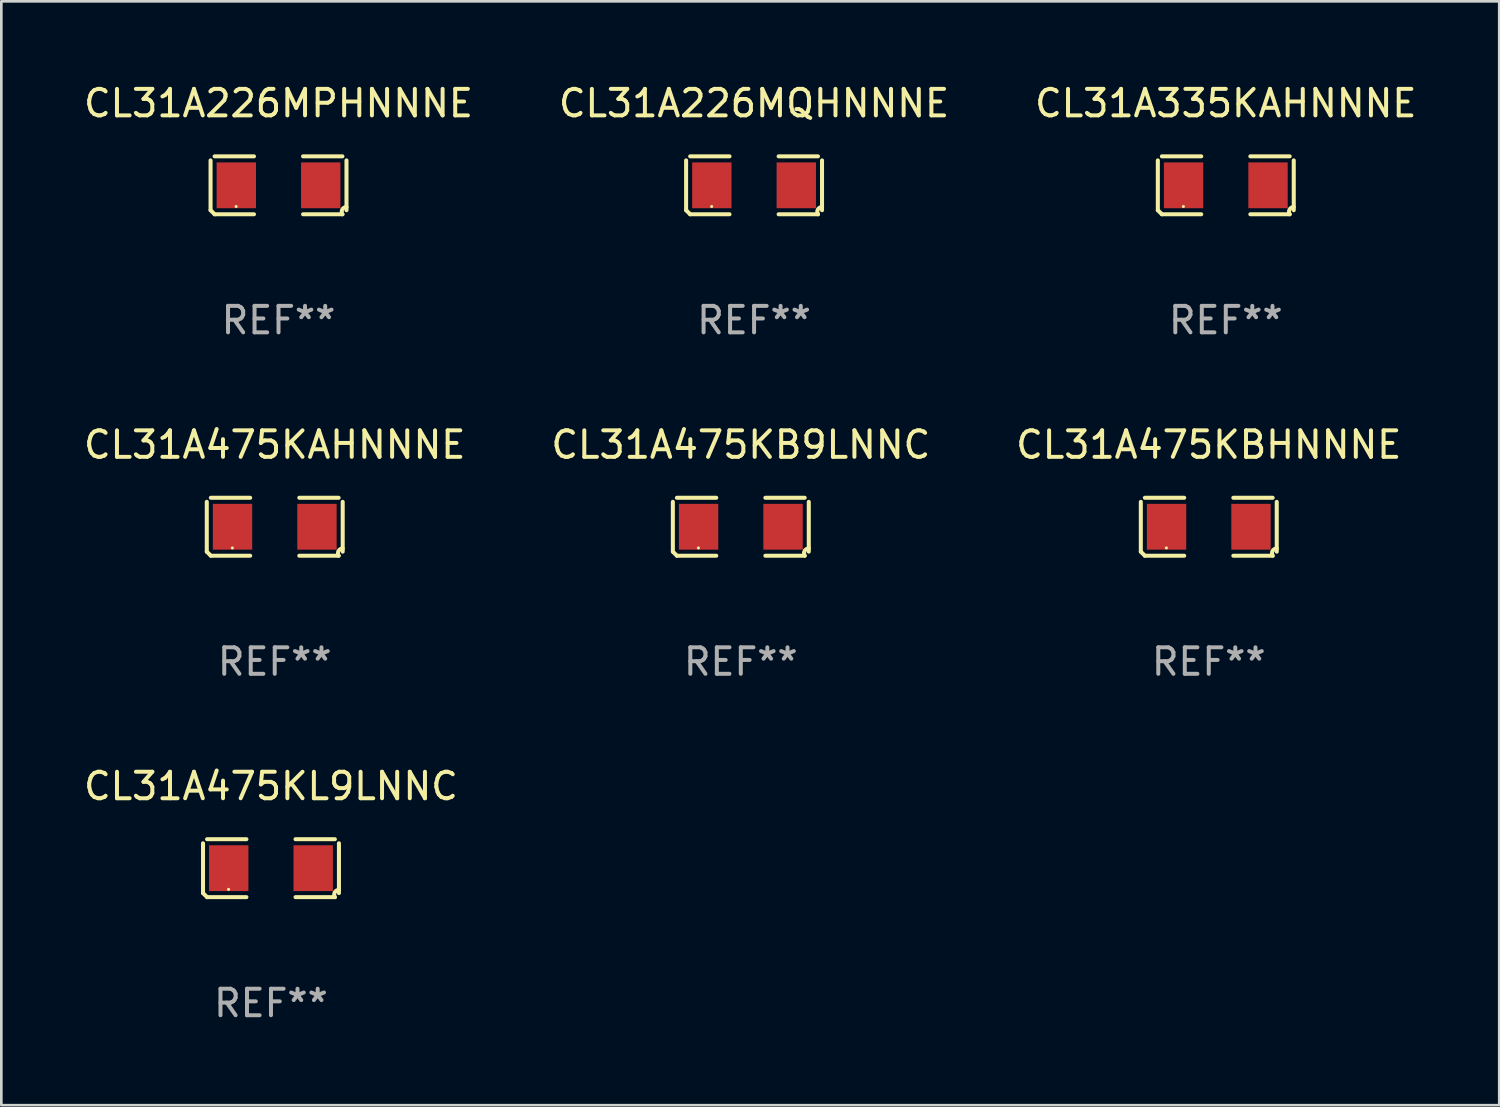
<source format=kicad_pcb>
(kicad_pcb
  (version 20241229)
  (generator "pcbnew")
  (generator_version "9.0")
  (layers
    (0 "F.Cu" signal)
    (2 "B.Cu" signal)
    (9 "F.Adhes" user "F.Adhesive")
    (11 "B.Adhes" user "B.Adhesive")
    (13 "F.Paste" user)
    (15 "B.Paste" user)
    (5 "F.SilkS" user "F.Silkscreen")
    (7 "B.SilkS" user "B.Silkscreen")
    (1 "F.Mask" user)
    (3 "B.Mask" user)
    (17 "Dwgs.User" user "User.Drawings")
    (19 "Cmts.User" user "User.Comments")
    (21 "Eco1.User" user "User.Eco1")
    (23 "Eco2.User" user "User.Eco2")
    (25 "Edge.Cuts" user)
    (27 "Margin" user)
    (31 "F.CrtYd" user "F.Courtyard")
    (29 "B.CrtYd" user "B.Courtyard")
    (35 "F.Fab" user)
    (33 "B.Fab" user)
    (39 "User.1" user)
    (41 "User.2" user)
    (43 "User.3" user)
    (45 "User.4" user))
  (footprint "CL31A475KL9LNNC"
    (layer "F.Cu")
    (at 7.173 29.704)
    (property "Reference" "CL31A475KL9LNNC" (at 0 -3.093 0) (layer "F.SilkS") (effects (font (size 1 1) (thickness 0.15))))
    (attr through_hole)
    (fp_line (start -2.564 0.94) (end -2.564 -0.94) (stroke (width 0.152) (type solid)) (layer "F.SilkS"))
    (fp_line (start -2.411 -1.093) (end -0.926 -1.093) (stroke (width 0.152) (type solid)) (layer "F.SilkS"))
    (fp_line (start -0.926 1.093) (end -2.411 1.093) (stroke (width 0.152) (type solid)) (layer "F.SilkS"))
    (fp_line (start 0.926 1.093) (end 2.411 1.093) (stroke (width 0.152) (type solid)) (layer "F.SilkS"))
    (fp_line (start 2.411 -1.093) (end 0.926 -1.093) (stroke (width 0.152) (type solid)) (layer "F.SilkS"))
    (fp_line (start 2.564 0.94) (end 2.564 -0.94) (stroke (width 0.152) (type solid)) (layer "F.SilkS"))
    (fp_arc (start -2.411201 1.092609) (mid -2.487413 1.01642) (end -2.563602 0.940208) (stroke (width 0.1524) (type solid)) (layer "F.SilkS"))
    (fp_arc (start 2.411201 1.092609) (mid 2.407159 0.911226) (end 2.563602 0.819347) (stroke (width 0.1524) (type solid)) (layer "F.SilkS"))
    (fp_circle (center -1.6 0.8) (end -1.57 0.8) (stroke (width 0.06) (type solid)) (fill no) (layer "F.SilkS"))
    (fp_text user "REF**" (at 0 5.093 0) (layer "F.Fab") (effects (font (size 1 1) (thickness 0.15))))
    (pad "1" smd rect (at -1.593 0) (size 1.485 1.728) (layers "F.Cu" "F.Mask" "F.Paste"))
    (pad "2" smd rect (at 1.593 0) (size 1.485 1.728) (layers "F.Cu" "F.Mask" "F.Paste")))
  (footprint "CL31A475KB9LNNC"
    (layer "F.Cu")
    (at 24.899 16.823)
    (property "Reference" "CL31A475KB9LNNC" (at 0 -3.093 0) (layer "F.SilkS") (effects (font (size 1 1) (thickness 0.15))))
    (attr through_hole)
    (fp_line (start -2.564 0.94) (end -2.564 -0.94) (stroke (width 0.152) (type solid)) (layer "F.SilkS"))
    (fp_line (start -2.411 -1.093) (end -0.926 -1.093) (stroke (width 0.152) (type solid)) (layer "F.SilkS"))
    (fp_line (start -0.926 1.093) (end -2.411 1.093) (stroke (width 0.152) (type solid)) (layer "F.SilkS"))
    (fp_line (start 0.926 1.093) (end 2.411 1.093) (stroke (width 0.152) (type solid)) (layer "F.SilkS"))
    (fp_line (start 2.411 -1.093) (end 0.926 -1.093) (stroke (width 0.152) (type solid)) (layer "F.SilkS"))
    (fp_line (start 2.564 0.94) (end 2.564 -0.94) (stroke (width 0.152) (type solid)) (layer "F.SilkS"))
    (fp_arc (start -2.411201 1.092609) (mid -2.487413 1.01642) (end -2.563602 0.940208) (stroke (width 0.1524) (type solid)) (layer "F.SilkS"))
    (fp_arc (start 2.411201 1.092609) (mid 2.407159 0.911226) (end 2.563602 0.819347) (stroke (width 0.1524) (type solid)) (layer "F.SilkS"))
    (fp_circle (center -1.6 0.8) (end -1.57 0.8) (stroke (width 0.06) (type solid)) (fill no) (layer "F.SilkS"))
    (fp_text user "REF**" (at 0 5.093 0) (layer "F.Fab") (effects (font (size 1 1) (thickness 0.15))))
    (pad "1" smd rect (at -1.593 0) (size 1.485 1.728) (layers "F.Cu" "F.Mask" "F.Paste"))
    (pad "2" smd rect (at 1.593 0) (size 1.485 1.728) (layers "F.Cu" "F.Mask" "F.Paste")))
  (footprint "CL31A475KBHNNNE"
    (layer "F.Cu")
    (at 42.554 16.823)
    (property "Reference" "CL31A475KBHNNNE" (at 0 -3.093 0) (layer "F.SilkS") (effects (font (size 1 1) (thickness 0.15))))
    (attr through_hole)
    (fp_line (start -2.564 0.94) (end -2.564 -0.94) (stroke (width 0.152) (type solid)) (layer "F.SilkS"))
    (fp_line (start -2.411 -1.093) (end -0.926 -1.093) (stroke (width 0.152) (type solid)) (layer "F.SilkS"))
    (fp_line (start -0.926 1.093) (end -2.411 1.093) (stroke (width 0.152) (type solid)) (layer "F.SilkS"))
    (fp_line (start 0.926 1.093) (end 2.411 1.093) (stroke (width 0.152) (type solid)) (layer "F.SilkS"))
    (fp_line (start 2.411 -1.093) (end 0.926 -1.093) (stroke (width 0.152) (type solid)) (layer "F.SilkS"))
    (fp_line (start 2.564 0.94) (end 2.564 -0.94) (stroke (width 0.152) (type solid)) (layer "F.SilkS"))
    (fp_arc (start -2.411201 1.092609) (mid -2.487413 1.01642) (end -2.563602 0.940208) (stroke (width 0.1524) (type solid)) (layer "F.SilkS"))
    (fp_arc (start 2.411201 1.092609) (mid 2.407159 0.911226) (end 2.563602 0.819347) (stroke (width 0.1524) (type solid)) (layer "F.SilkS"))
    (fp_circle (center -1.6 0.8) (end -1.57 0.8) (stroke (width 0.06) (type solid)) (fill no) (layer "F.SilkS"))
    (fp_text user "REF**" (at 0 5.093 0) (layer "F.Fab") (effects (font (size 1 1) (thickness 0.15))))
    (pad "1" smd rect (at -1.593 0) (size 1.485 1.728) (layers "F.Cu" "F.Mask" "F.Paste"))
    (pad "2" smd rect (at 1.593 0) (size 1.485 1.728) (layers "F.Cu" "F.Mask" "F.Paste")))
  (footprint "CL31A226MQHNNNE"
    (layer "F.Cu")
    (at 25.399 3.941)
    (property "Reference" "CL31A226MQHNNNE" (at 0 -3.093 0) (layer "F.SilkS") (effects (font (size 1 1) (thickness 0.15))))
    (attr through_hole)
    (fp_line (start -2.564 0.94) (end -2.564 -0.94) (stroke (width 0.152) (type solid)) (layer "F.SilkS"))
    (fp_line (start -2.411 -1.093) (end -0.926 -1.093) (stroke (width 0.152) (type solid)) (layer "F.SilkS"))
    (fp_line (start -0.926 1.093) (end -2.411 1.093) (stroke (width 0.152) (type solid)) (layer "F.SilkS"))
    (fp_line (start 0.926 1.093) (end 2.411 1.093) (stroke (width 0.152) (type solid)) (layer "F.SilkS"))
    (fp_line (start 2.411 -1.093) (end 0.926 -1.093) (stroke (width 0.152) (type solid)) (layer "F.SilkS"))
    (fp_line (start 2.564 0.94) (end 2.564 -0.94) (stroke (width 0.152) (type solid)) (layer "F.SilkS"))
    (fp_arc (start -2.411201 1.092609) (mid -2.487413 1.01642) (end -2.563602 0.940208) (stroke (width 0.1524) (type solid)) (layer "F.SilkS"))
    (fp_arc (start 2.411201 1.092609) (mid 2.407159 0.911226) (end 2.563602 0.819347) (stroke (width 0.1524) (type solid)) (layer "F.SilkS"))
    (fp_circle (center -1.6 0.8) (end -1.57 0.8) (stroke (width 0.06) (type solid)) (fill no) (layer "F.SilkS"))
    (fp_text user "REF**" (at 0 5.093 0) (layer "F.Fab") (effects (font (size 1 1) (thickness 0.15))))
    (pad "1" smd rect (at -1.593 0) (size 1.485 1.728) (layers "F.Cu" "F.Mask" "F.Paste"))
    (pad "2" smd rect (at 1.593 0) (size 1.485 1.728) (layers "F.Cu" "F.Mask" "F.Paste")))
  (footprint "CL31A226MPHNNNE"
    (layer "F.Cu")
    (at 7.458 3.941)
    (property "Reference" "CL31A226MPHNNNE" (at 0 -3.093 0) (layer "F.SilkS") (effects (font (size 1 1) (thickness 0.15))))
    (attr through_hole)
    (fp_line (start -2.564 0.94) (end -2.564 -0.94) (stroke (width 0.152) (type solid)) (layer "F.SilkS"))
    (fp_line (start -2.411 -1.093) (end -0.926 -1.093) (stroke (width 0.152) (type solid)) (layer "F.SilkS"))
    (fp_line (start -0.926 1.093) (end -2.411 1.093) (stroke (width 0.152) (type solid)) (layer "F.SilkS"))
    (fp_line (start 0.926 1.093) (end 2.411 1.093) (stroke (width 0.152) (type solid)) (layer "F.SilkS"))
    (fp_line (start 2.411 -1.093) (end 0.926 -1.093) (stroke (width 0.152) (type solid)) (layer "F.SilkS"))
    (fp_line (start 2.564 0.94) (end 2.564 -0.94) (stroke (width 0.152) (type solid)) (layer "F.SilkS"))
    (fp_arc (start -2.411201 1.092609) (mid -2.487413 1.01642) (end -2.563602 0.940208) (stroke (width 0.1524) (type solid)) (layer "F.SilkS"))
    (fp_arc (start 2.411201 1.092609) (mid 2.407159 0.911226) (end 2.563602 0.819347) (stroke (width 0.1524) (type solid)) (layer "F.SilkS"))
    (fp_circle (center -1.6 0.8) (end -1.57 0.8) (stroke (width 0.06) (type solid)) (fill no) (layer "F.SilkS"))
    (fp_text user "REF**" (at 0 5.093 0) (layer "F.Fab") (effects (font (size 1 1) (thickness 0.15))))
    (pad "1" smd rect (at -1.593 0) (size 1.485 1.728) (layers "F.Cu" "F.Mask" "F.Paste"))
    (pad "2" smd rect (at 1.593 0) (size 1.485 1.728) (layers "F.Cu" "F.Mask" "F.Paste")))
  (footprint "CL31A335KAHNNNE"
    (layer "F.Cu")
    (at 43.196 3.941)
    (property "Reference" "CL31A335KAHNNNE" (at 0 -3.093 0) (layer "F.SilkS") (effects (font (size 1 1) (thickness 0.15))))
    (attr through_hole)
    (fp_line (start -2.564 0.94) (end -2.564 -0.94) (stroke (width 0.152) (type solid)) (layer "F.SilkS"))
    (fp_line (start -2.411 -1.093) (end -0.926 -1.093) (stroke (width 0.152) (type solid)) (layer "F.SilkS"))
    (fp_line (start -0.926 1.093) (end -2.411 1.093) (stroke (width 0.152) (type solid)) (layer "F.SilkS"))
    (fp_line (start 0.926 1.093) (end 2.411 1.093) (stroke (width 0.152) (type solid)) (layer "F.SilkS"))
    (fp_line (start 2.411 -1.093) (end 0.926 -1.093) (stroke (width 0.152) (type solid)) (layer "F.SilkS"))
    (fp_line (start 2.564 0.94) (end 2.564 -0.94) (stroke (width 0.152) (type solid)) (layer "F.SilkS"))
    (fp_arc (start -2.411201 1.092609) (mid -2.487413 1.01642) (end -2.563602 0.940208) (stroke (width 0.1524) (type solid)) (layer "F.SilkS"))
    (fp_arc (start 2.411201 1.092609) (mid 2.407159 0.911226) (end 2.563602 0.819347) (stroke (width 0.1524) (type solid)) (layer "F.SilkS"))
    (fp_circle (center -1.6 0.8) (end -1.57 0.8) (stroke (width 0.06) (type solid)) (fill no) (layer "F.SilkS"))
    (fp_text user "REF**" (at 0 5.093 0) (layer "F.Fab") (effects (font (size 1 1) (thickness 0.15))))
    (pad "1" smd rect (at -1.593 0) (size 1.485 1.728) (layers "F.Cu" "F.Mask" "F.Paste"))
    (pad "2" smd rect (at 1.593 0) (size 1.485 1.728) (layers "F.Cu" "F.Mask" "F.Paste")))
  (footprint "CL31A475KAHNNNE"
    (layer "F.Cu")
    (at 7.315 16.823)
    (property "Reference" "CL31A475KAHNNNE" (at 0 -3.093 0) (layer "F.SilkS") (effects (font (size 1 1) (thickness 0.15))))
    (attr through_hole)
    (fp_line (start -2.564 0.94) (end -2.564 -0.94) (stroke (width 0.152) (type solid)) (layer "F.SilkS"))
    (fp_line (start -2.411 -1.093) (end -0.926 -1.093) (stroke (width 0.152) (type solid)) (layer "F.SilkS"))
    (fp_line (start -0.926 1.093) (end -2.411 1.093) (stroke (width 0.152) (type solid)) (layer "F.SilkS"))
    (fp_line (start 0.926 1.093) (end 2.411 1.093) (stroke (width 0.152) (type solid)) (layer "F.SilkS"))
    (fp_line (start 2.411 -1.093) (end 0.926 -1.093) (stroke (width 0.152) (type solid)) (layer "F.SilkS"))
    (fp_line (start 2.564 0.94) (end 2.564 -0.94) (stroke (width 0.152) (type solid)) (layer "F.SilkS"))
    (fp_arc (start -2.411201 1.092609) (mid -2.487413 1.01642) (end -2.563602 0.940208) (stroke (width 0.1524) (type solid)) (layer "F.SilkS"))
    (fp_arc (start 2.411201 1.092609) (mid 2.407159 0.911226) (end 2.563602 0.819347) (stroke (width 0.1524) (type solid)) (layer "F.SilkS"))
    (fp_circle (center -1.6 0.8) (end -1.57 0.8) (stroke (width 0.06) (type solid)) (fill no) (layer "F.SilkS"))
    (fp_text user "REF**" (at 0 5.093 0) (layer "F.Fab") (effects (font (size 1 1) (thickness 0.15))))
    (pad "1" smd rect (at -1.593 0) (size 1.485 1.728) (layers "F.Cu" "F.Mask" "F.Paste"))
    (pad "2" smd rect (at 1.593 0) (size 1.485 1.728) (layers "F.Cu" "F.Mask" "F.Paste")))
  (gr_rect
    (start -3 -3)
    (end 53.512 38.645)
    (stroke (width 0.1) (type default))
    (fill no)
    (layer "Edge.Cuts")))
</source>
